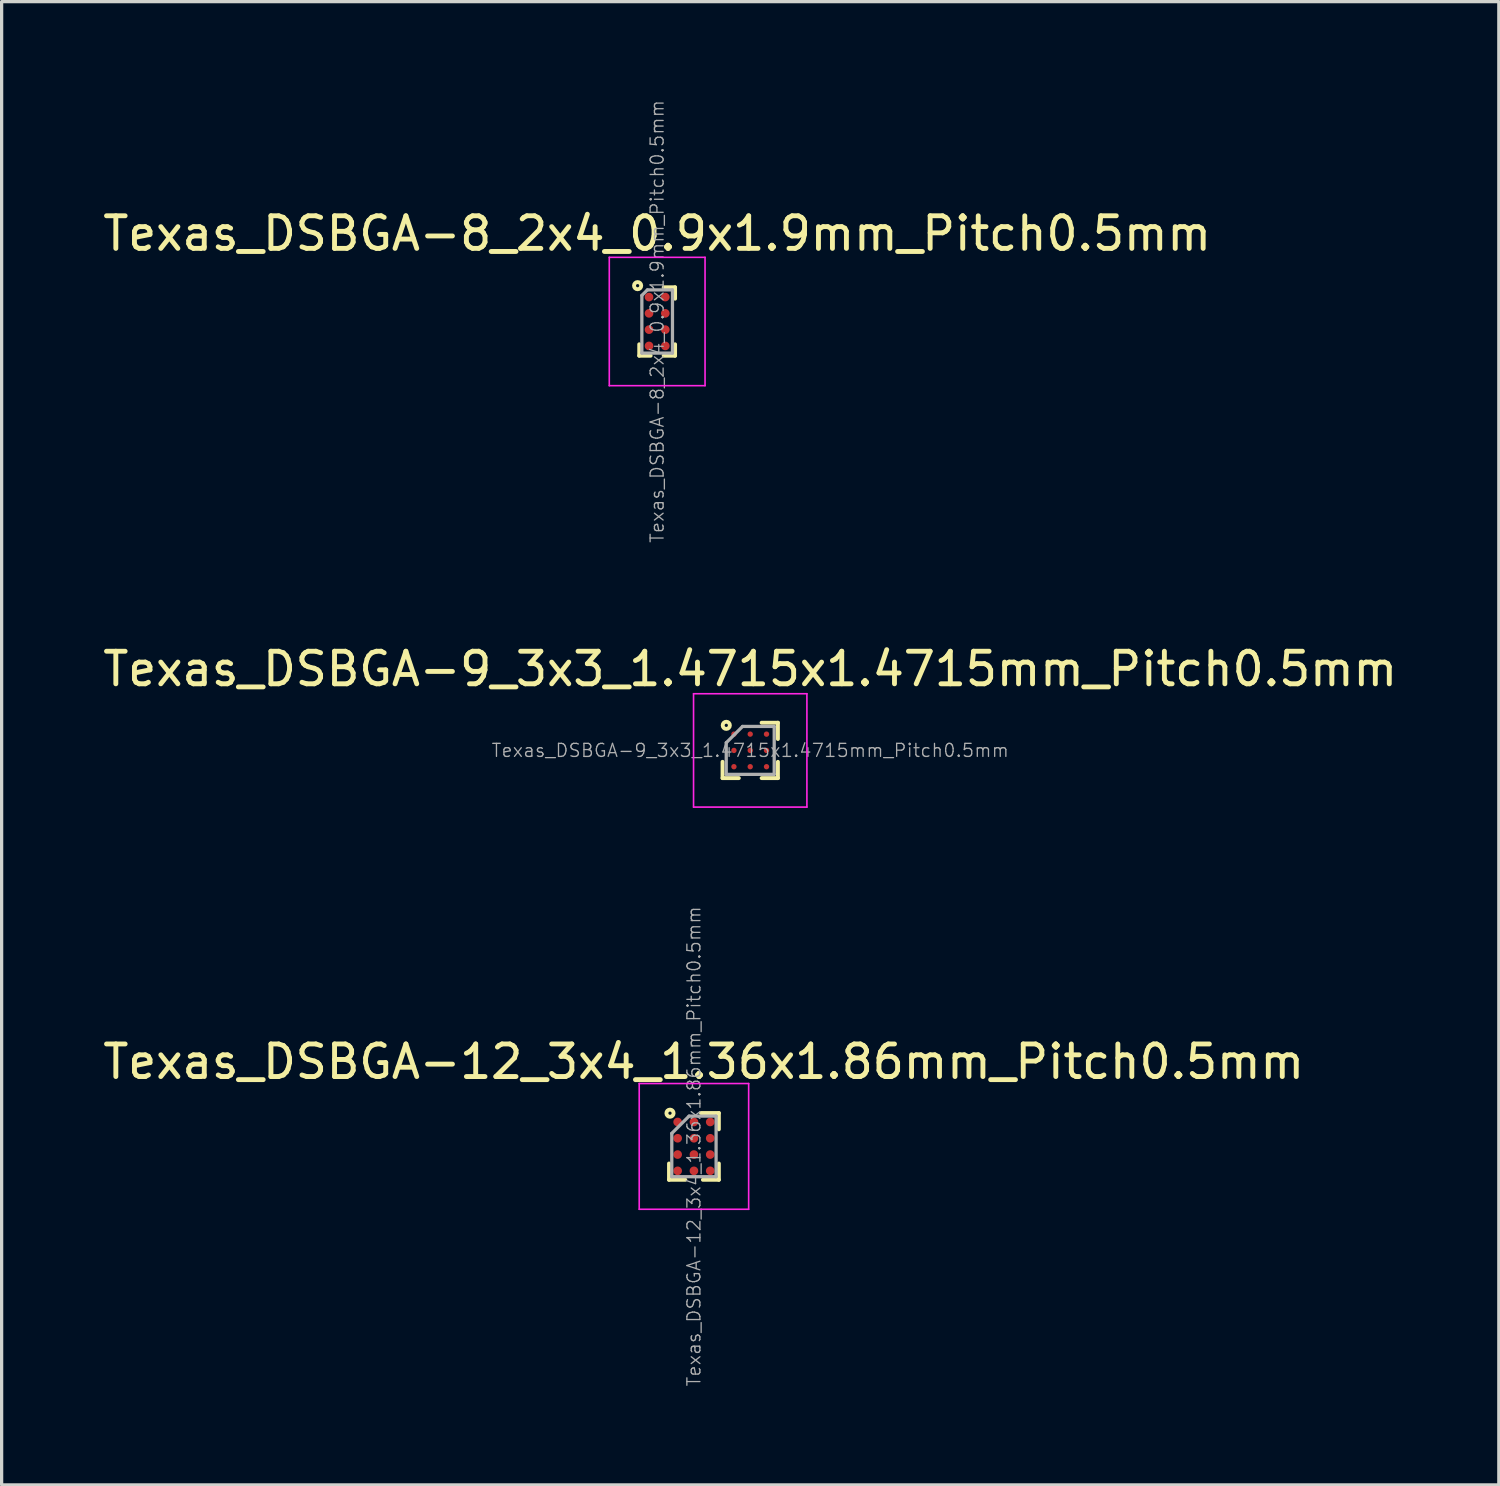
<source format=kicad_pcb>
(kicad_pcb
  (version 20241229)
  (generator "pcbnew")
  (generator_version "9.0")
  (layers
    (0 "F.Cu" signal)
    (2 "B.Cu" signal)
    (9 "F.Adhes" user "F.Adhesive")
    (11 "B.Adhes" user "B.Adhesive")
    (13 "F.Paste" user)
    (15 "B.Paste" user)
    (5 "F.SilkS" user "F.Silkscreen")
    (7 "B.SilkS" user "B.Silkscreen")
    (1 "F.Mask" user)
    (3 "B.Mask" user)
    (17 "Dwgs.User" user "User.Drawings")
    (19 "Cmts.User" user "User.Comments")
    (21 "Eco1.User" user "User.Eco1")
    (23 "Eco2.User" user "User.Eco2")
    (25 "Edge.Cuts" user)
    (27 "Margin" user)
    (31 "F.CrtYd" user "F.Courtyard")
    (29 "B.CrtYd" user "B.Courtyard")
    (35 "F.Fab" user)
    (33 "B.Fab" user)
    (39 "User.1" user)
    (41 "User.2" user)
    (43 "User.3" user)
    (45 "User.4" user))
  (footprint "Texas_DSBGA-12_3x4_1.36x1.86mm_Pitch0.5mm"
    (layer "F.Cu")
    (at 18.254 32.145)
    (property "Reference" "Texas_DSBGA-12_3x4_1.36x1.86mm_Pitch0.5mm" (at 0.3 -2.6 0) (layer "F.SilkS") (effects (font (size 1 1) (thickness 0.15))))
    (attr smd)
    (fp_line (start -0.765 0.525) (end -0.765 1.025) (stroke (width 0.12) (type solid)) (layer "F.SilkS"))
    (fp_line (start -0.765 1.025) (end -0.265 1.025) (stroke (width 0.12) (type solid)) (layer "F.SilkS"))
    (fp_line (start 0.215 -1.025) (end 0.765 -1.025) (stroke (width 0.12) (type solid)) (layer "F.SilkS"))
    (fp_line (start 0.765 -1.025) (end 0.765 -0.525) (stroke (width 0.12) (type solid)) (layer "F.SilkS"))
    (fp_line (start 0.765 1.025) (end 0.275 1.025) (stroke (width 0.12) (type solid)) (layer "F.SilkS"))
    (fp_line (start 0.765 1.025) (end 0.765 0.525) (stroke (width 0.12) (type solid)) (layer "F.SilkS"))
    (fp_circle (center -0.735 -1.02) (end -0.735 -0.97) (stroke (width 0.12) (type solid)) (fill no) (layer "F.SilkS"))
    (fp_line (start -1.68 -1.93) (end 1.68 -1.93) (stroke (width 0.05) (type solid)) (layer "F.CrtYd"))
    (fp_line (start -1.68 1.93) (end -1.68 -1.93) (stroke (width 0.05) (type solid)) (layer "F.CrtYd"))
    (fp_line (start -1.68 1.93) (end 1.68 1.93) (stroke (width 0.05) (type solid)) (layer "F.CrtYd"))
    (fp_line (start 1.68 -1.93) (end 1.68 1.93) (stroke (width 0.05) (type solid)) (layer "F.CrtYd"))
    (fp_line (start -0.68 -0.4) (end -0.15 -0.93) (stroke (width 0.1) (type solid)) (layer "F.Fab"))
    (fp_line (start -0.68 0.93) (end -0.68 -0.4) (stroke (width 0.1) (type solid)) (layer "F.Fab"))
    (fp_line (start -0.68 0.93) (end 0.68 0.93) (stroke (width 0.1) (type solid)) (layer "F.Fab"))
    (fp_line (start 0.68 -0.93) (end -0.15 -0.93) (stroke (width 0.1) (type solid)) (layer "F.Fab"))
    (fp_line (start 0.68 0.93) (end 0.68 -0.93) (stroke (width 0.1) (type solid)) (layer "F.Fab"))
    (fp_text user "${REFERENCE}" (at 0 0 90) (layer "F.Fab") (effects (font (size 0.4 0.4) (thickness 0.04))))
    (pad "" smd rect (at -0.5 -0.75) (size 0.3 0.3) (layers "F.Paste"))
    (pad "" smd rect (at -0.5 -0.25) (size 0.3 0.3) (layers "F.Paste"))
    (pad "" smd rect (at -0.5 0.25) (size 0.3 0.3) (layers "F.Paste"))
    (pad "" smd rect (at -0.5 0.75) (size 0.3 0.3) (layers "F.Paste"))
    (pad "" smd rect (at 0 -0.75) (size 0.3 0.3) (layers "F.Paste"))
    (pad "" smd rect (at 0 -0.25) (size 0.3 0.3) (layers "F.Paste"))
    (pad "" smd rect (at 0 0.25) (size 0.3 0.3) (layers "F.Paste"))
    (pad "" smd rect (at 0 0.75) (size 0.3 0.3) (layers "F.Paste"))
    (pad "" smd rect (at 0.5 -0.75) (size 0.3 0.3) (layers "F.Paste"))
    (pad "" smd rect (at 0.5 -0.25) (size 0.3 0.3) (layers "F.Paste"))
    (pad "" smd rect (at 0.5 0.25) (size 0.3 0.3) (layers "F.Paste"))
    (pad "" smd rect (at 0.5 0.75) (size 0.3 0.3) (layers "F.Paste"))
    (pad "A1" smd circle (at -0.5 -0.75) (size 0.265 0.265) (layers "F.Cu" "F.Mask"))
    (pad "A2" smd circle (at 0 -0.75) (size 0.265 0.265) (layers "F.Cu" "F.Mask"))
    (pad "A3" smd circle (at 0.5 -0.75) (size 0.265 0.265) (layers "F.Cu" "F.Mask"))
    (pad "B1" smd circle (at -0.5 -0.25) (size 0.265 0.265) (layers "F.Cu" "F.Mask"))
    (pad "B2" smd circle (at 0 -0.25) (size 0.265 0.265) (layers "F.Cu" "F.Mask"))
    (pad "B3" smd circle (at 0.5 -0.25) (size 0.265 0.265) (layers "F.Cu" "F.Mask"))
    (pad "C1" smd circle (at -0.5 0.25) (size 0.265 0.265) (layers "F.Cu" "F.Mask"))
    (pad "C2" smd circle (at 0 0.25) (size 0.265 0.265) (layers "F.Cu" "F.Mask"))
    (pad "C3" smd circle (at 0.5 0.25) (size 0.265 0.265) (layers "F.Cu" "F.Mask"))
    (pad "D1" smd circle (at -0.5 0.75) (size 0.265 0.265) (layers "F.Cu" "F.Mask"))
    (pad "D2" smd circle (at 0 0.75) (size 0.265 0.265) (layers "F.Cu" "F.Mask"))
    (pad "D3" smd circle (at 0.5 0.75) (size 0.265 0.265) (layers "F.Cu" "F.Mask")))
  (footprint "Texas_DSBGA-9_3x3_1.4715x1.4715mm_Pitch0.5mm"
    (layer "F.Cu")
    (at 19.982 19.988)
    (property "Reference" "Texas_DSBGA-9_3x3_1.4715x1.4715mm_Pitch0.5mm" (at 0 -2.5 0) (layer "F.SilkS") (effects (font (size 1 1) (thickness 0.15))))
    (attr smd)
    (fp_line (start -0.85 0.35) (end -0.85 0.85) (stroke (width 0.12) (type solid)) (layer "F.SilkS"))
    (fp_line (start -0.85 0.85) (end -0.35 0.85) (stroke (width 0.12) (type solid)) (layer "F.SilkS"))
    (fp_line (start 0.35 -0.85) (end 0.85 -0.85) (stroke (width 0.12) (type solid)) (layer "F.SilkS"))
    (fp_line (start 0.85 -0.85) (end 0.85 -0.35) (stroke (width 0.12) (type solid)) (layer "F.SilkS"))
    (fp_line (start 0.85 0.85) (end 0.35 0.85) (stroke (width 0.12) (type solid)) (layer "F.SilkS"))
    (fp_line (start 0.85 0.85) (end 0.85 0.35) (stroke (width 0.12) (type solid)) (layer "F.SilkS"))
    (fp_circle (center -0.735 -0.77) (end -0.735 -0.72) (stroke (width 0.12) (type solid)) (fill no) (layer "F.SilkS"))
    (fp_line (start -1.74 -1.74) (end -1.74 1.74) (stroke (width 0.05) (type solid)) (layer "F.CrtYd"))
    (fp_line (start -1.74 1.74) (end 1.74 1.74) (stroke (width 0.05) (type solid)) (layer "F.CrtYd"))
    (fp_line (start 1.74 -1.74) (end -1.74 -1.74) (stroke (width 0.05) (type solid)) (layer "F.CrtYd"))
    (fp_line (start 1.74 1.74) (end 1.74 -1.74) (stroke (width 0.05) (type solid)) (layer "F.CrtYd"))
    (fp_line (start -0.736 -0.236) (end -0.736 0.736) (stroke (width 0.1) (type solid)) (layer "F.Fab"))
    (fp_line (start -0.736 -0.236) (end -0.236 -0.736) (stroke (width 0.1) (type solid)) (layer "F.Fab"))
    (fp_line (start -0.736 0.736) (end 0.736 0.736) (stroke (width 0.1) (type solid)) (layer "F.Fab"))
    (fp_line (start 0.736 -0.736) (end -0.236 -0.736) (stroke (width 0.1) (type solid)) (layer "F.Fab"))
    (fp_line (start 0.736 0.736) (end 0.736 -0.736) (stroke (width 0.1) (type solid)) (layer "F.Fab"))
    (fp_text user "${REFERENCE}" (at 0 0 0) (layer "F.Fab") (effects (font (size 0.4 0.4) (thickness 0.04))))
    (pad "" smd rect (at -0.5 -0.5) (size 0.3 0.3) (layers "F.Paste"))
    (pad "" smd rect (at -0.5 0) (size 0.3 0.3) (layers "F.Paste"))
    (pad "" smd rect (at -0.5 0.5) (size 0.3 0.3) (layers "F.Paste"))
    (pad "" smd rect (at 0 -0.5) (size 0.3 0.3) (layers "F.Paste"))
    (pad "" smd rect (at 0 0) (size 0.3 0.3) (layers "F.Paste"))
    (pad "" smd rect (at 0 0.5) (size 0.3 0.3) (layers "F.Paste"))
    (pad "" smd rect (at 0.5 -0.5) (size 0.3 0.3) (layers "F.Paste"))
    (pad "" smd rect (at 0.5 0) (size 0.3 0.3) (layers "F.Paste"))
    (pad "" smd rect (at 0.5 0.5) (size 0.3 0.3) (layers "F.Paste"))
    (pad "A1" smd circle (at -0.5 -0.5) (size 0.165 0.165) (layers "F.Cu" "F.Mask"))
    (pad "A2" smd circle (at 0 -0.5) (size 0.165 0.165) (layers "F.Cu" "F.Mask"))
    (pad "A3" smd circle (at 0.5 -0.5) (size 0.165 0.165) (layers "F.Cu" "F.Mask"))
    (pad "B1" smd circle (at -0.5 0) (size 0.165 0.165) (layers "F.Cu" "F.Mask"))
    (pad "B2" smd circle (at 0 0) (size 0.165 0.165) (layers "F.Cu" "F.Mask"))
    (pad "B3" smd circle (at 0.5 0) (size 0.165 0.165) (layers "F.Cu" "F.Mask" "F.Paste"))
    (pad "C1" smd circle (at -0.5 0.5) (size 0.165 0.165) (layers "F.Cu" "F.Mask"))
    (pad "C2" smd circle (at 0 0.5) (size 0.165 0.165) (layers "F.Cu" "F.Mask"))
    (pad "C3" smd circle (at 0.5 0.5) (size 0.165 0.165) (layers "F.Cu" "F.Mask")))
  (footprint "Texas_DSBGA-8_2x4_0.9x1.9mm_Pitch0.5mm"
    (layer "F.Cu")
    (at 17.125 6.82)
    (property "Reference" "Texas_DSBGA-8_2x4_0.9x1.9mm_Pitch0.5mm" (at 0 -2.7 0) (layer "F.SilkS") (effects (font (size 1 1) (thickness 0.15))))
    (attr smd)
    (fp_line (start -0.55 0.7) (end -0.55 1.05) (stroke (width 0.12) (type solid)) (layer "F.SilkS"))
    (fp_line (start -0.55 1.05) (end -0.2 1.05) (stroke (width 0.12) (type solid)) (layer "F.SilkS"))
    (fp_line (start 0.2 1.05) (end 0.55 1.05) (stroke (width 0.12) (type solid)) (layer "F.SilkS"))
    (fp_line (start 0.55 -1.05) (end 0.2 -1.05) (stroke (width 0.12) (type solid)) (layer "F.SilkS"))
    (fp_line (start 0.55 -1.05) (end 0.55 -0.7) (stroke (width 0.12) (type solid)) (layer "F.SilkS"))
    (fp_line (start 0.55 1.05) (end 0.55 0.7) (stroke (width 0.12) (type solid)) (layer "F.SilkS"))
    (fp_circle (center -0.6 -1.1) (end -0.6 -1.05) (stroke (width 0.12) (type solid)) (fill no) (layer "F.SilkS"))
    (fp_line (start -1.47 -1.97) (end -1.47 1.97) (stroke (width 0.05) (type solid)) (layer "F.CrtYd"))
    (fp_line (start -1.47 1.97) (end 1.47 1.97) (stroke (width 0.05) (type solid)) (layer "F.CrtYd"))
    (fp_line (start 1.47 -1.97) (end -1.47 -1.97) (stroke (width 0.05) (type solid)) (layer "F.CrtYd"))
    (fp_line (start 1.47 1.97) (end 1.47 -1.97) (stroke (width 0.05) (type solid)) (layer "F.CrtYd"))
    (fp_line (start -0.47 -0.8) (end -0.47 0.97) (stroke (width 0.1) (type solid)) (layer "F.Fab"))
    (fp_line (start -0.47 -0.8) (end -0.3 -0.97) (stroke (width 0.1) (type solid)) (layer "F.Fab"))
    (fp_line (start -0.47 0.97) (end 0.47 0.97) (stroke (width 0.1) (type solid)) (layer "F.Fab"))
    (fp_line (start 0.47 -0.97) (end -0.3 -0.97) (stroke (width 0.1) (type solid)) (layer "F.Fab"))
    (fp_line (start 0.47 0.97) (end 0.47 -0.97) (stroke (width 0.1) (type solid)) (layer "F.Fab"))
    (fp_text user "${REFERENCE}" (at 0 0 90) (layer "F.Fab") (effects (font (size 0.4 0.4) (thickness 0.04))))
    (pad "" smd rect (at -0.25 -0.75) (size 0.3 0.3) (layers "F.Paste"))
    (pad "" smd rect (at -0.25 -0.25) (size 0.3 0.3) (layers "F.Paste"))
    (pad "" smd rect (at -0.25 0.25) (size 0.3 0.3) (layers "F.Paste"))
    (pad "" smd rect (at -0.25 0.75) (size 0.3 0.3) (layers "F.Paste"))
    (pad "" smd rect (at 0.25 -0.75) (size 0.3 0.3) (layers "F.Paste"))
    (pad "" smd rect (at 0.25 -0.25) (size 0.3 0.3) (layers "F.Paste"))
    (pad "" smd rect (at 0.25 0.25) (size 0.3 0.3) (layers "F.Paste"))
    (pad "" smd rect (at 0.25 0.75) (size 0.3 0.3) (layers "F.Paste"))
    (pad "A1" smd circle (at -0.25 -0.75) (size 0.265 0.265) (layers "F.Cu" "F.Mask"))
    (pad "A2" smd circle (at 0.25 -0.75) (size 0.265 0.265) (layers "F.Cu" "F.Mask"))
    (pad "B1" smd circle (at -0.25 -0.25) (size 0.265 0.265) (layers "F.Cu" "F.Mask"))
    (pad "B2" smd circle (at 0.25 -0.25) (size 0.265 0.265) (layers "F.Cu" "F.Mask"))
    (pad "C1" smd circle (at -0.25 0.25) (size 0.265 0.265) (layers "F.Cu" "F.Mask"))
    (pad "C2" smd circle (at 0.25 0.25) (size 0.265 0.265) (layers "F.Cu" "F.Mask"))
    (pad "D1" smd circle (at -0.25 0.75) (size 0.265 0.265) (layers "F.Cu" "F.Mask"))
    (pad "D2" smd circle (at 0.25 0.75) (size 0.265 0.265) (layers "F.Cu" "F.Mask")))
  (gr_rect
    (start -3 -3)
    (end 42.964 42.536)
    (stroke (width 0.1) (type default))
    (fill no)
    (layer "Edge.Cuts")))
</source>
